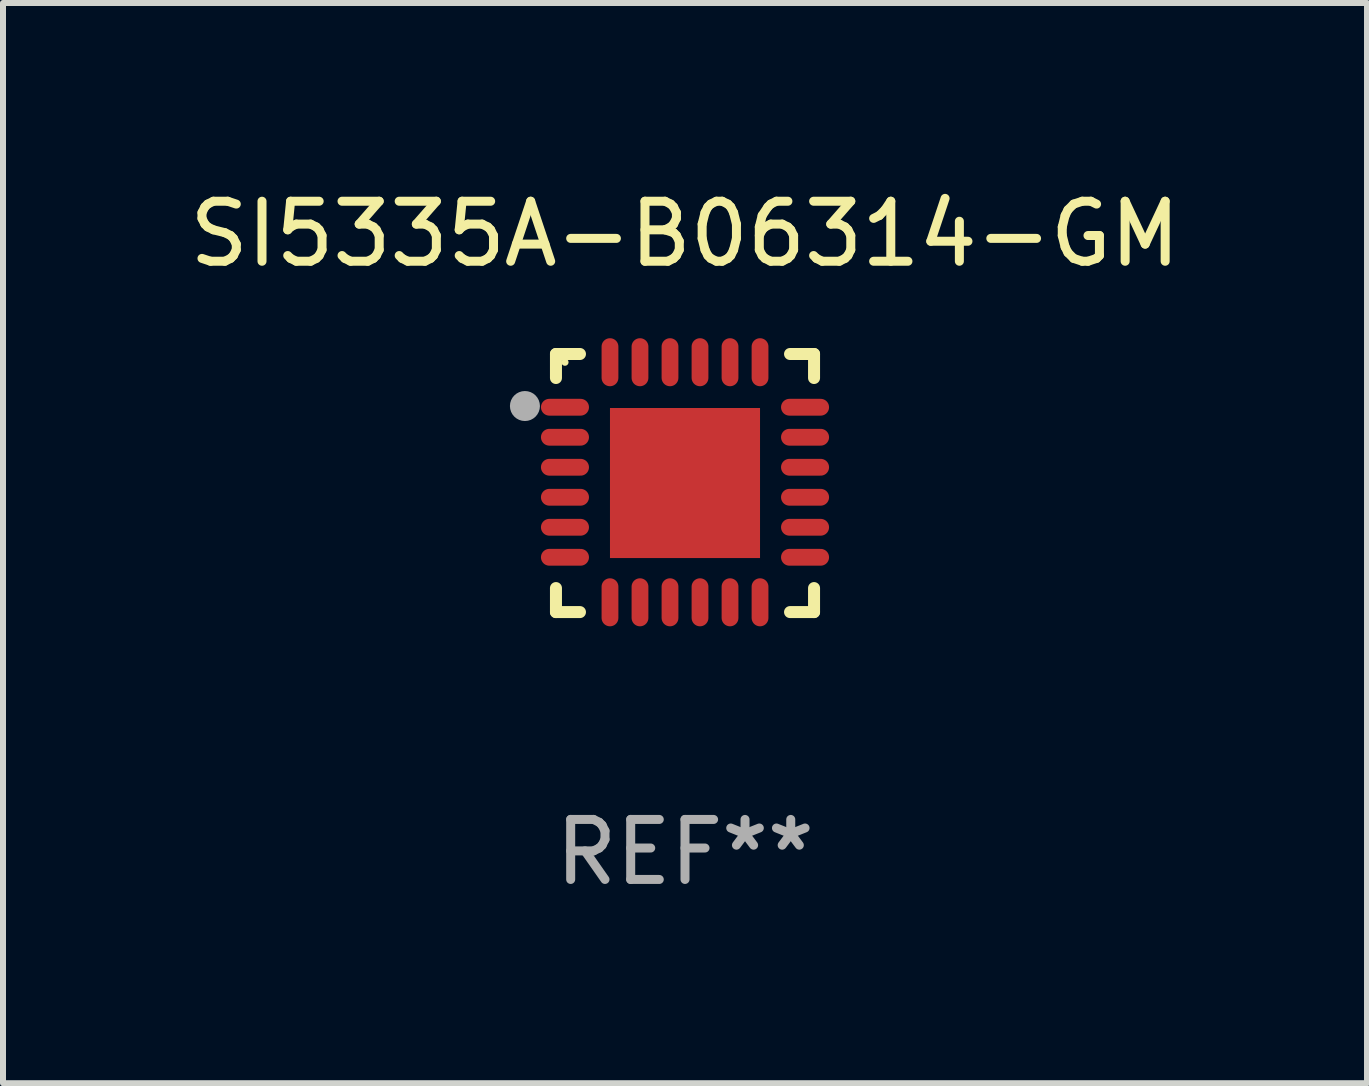
<source format=kicad_pcb>
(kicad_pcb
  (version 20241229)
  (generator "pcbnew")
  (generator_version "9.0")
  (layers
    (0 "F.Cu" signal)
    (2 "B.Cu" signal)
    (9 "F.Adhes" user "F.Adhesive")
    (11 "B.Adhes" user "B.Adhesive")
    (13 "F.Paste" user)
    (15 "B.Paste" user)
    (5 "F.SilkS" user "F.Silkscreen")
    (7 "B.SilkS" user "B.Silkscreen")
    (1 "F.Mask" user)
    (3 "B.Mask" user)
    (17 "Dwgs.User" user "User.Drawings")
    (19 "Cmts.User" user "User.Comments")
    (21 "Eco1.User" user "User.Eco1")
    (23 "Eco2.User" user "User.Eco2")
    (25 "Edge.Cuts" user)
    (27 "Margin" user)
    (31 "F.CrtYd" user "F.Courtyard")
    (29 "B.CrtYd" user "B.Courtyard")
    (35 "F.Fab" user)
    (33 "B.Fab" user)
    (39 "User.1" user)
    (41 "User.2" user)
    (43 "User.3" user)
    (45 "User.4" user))
  (footprint "SI5335A-B06314-GM"
    (layer "F.Cu")
    (at 8.363 4.998)
    (property "Reference" "SI5335A-B06314-GM" (at 0 -4.15 0) (layer "F.SilkS") (effects (font (size 1 1) (thickness 0.15))))
    (attr through_hole)
    (fp_line (start -2.15 -2.15) (end -1.75 -2.15) (stroke (width 0.2) (type solid)) (layer "F.SilkS"))
    (fp_line (start -2.15 -1.75) (end -2.15 -2.15) (stroke (width 0.2) (type solid)) (layer "F.SilkS"))
    (fp_line (start -2.15 2.15) (end -2.15 1.75) (stroke (width 0.2) (type solid)) (layer "F.SilkS"))
    (fp_line (start -1.75 2.15) (end -2.15 2.15) (stroke (width 0.2) (type solid)) (layer "F.SilkS"))
    (fp_line (start 1.75 -2.15) (end 2.15 -2.15) (stroke (width 0.2) (type solid)) (layer "F.SilkS"))
    (fp_line (start 1.75 2.15) (end 2.15 2.15) (stroke (width 0.2) (type solid)) (layer "F.SilkS"))
    (fp_line (start 2.15 -2.15) (end 2.15 -1.75) (stroke (width 0.2) (type solid)) (layer "F.SilkS"))
    (fp_line (start 2.15 2.15) (end 2.15 1.75) (stroke (width 0.2) (type solid)) (layer "F.SilkS"))
    (fp_circle (center -2 -2.013) (end -1.97 -2.013) (stroke (width 0.06) (type solid)) (fill no) (layer "F.SilkS"))
    (fp_circle (center -2.667 -1.283) (end -2.542 -1.283) (stroke (width 0.25) (type solid)) (fill no) (layer "F.Fab"))
    (fp_text user "REF**" (at 0 6.15 0) (layer "F.Fab") (effects (font (size 1 1) (thickness 0.15))))
    (pad "1" smd oval (at -2 -1.263) (size 0.8 0.28) (layers "F.Cu" "F.Mask" "F.Paste"))
    (pad "2" smd oval (at -2 -0.763) (size 0.8 0.28) (layers "F.Cu" "F.Mask" "F.Paste"))
    (pad "3" smd oval (at -2 -0.263) (size 0.8 0.28) (layers "F.Cu" "F.Mask" "F.Paste"))
    (pad "4" smd oval (at -2 0.237) (size 0.8 0.28) (layers "F.Cu" "F.Mask" "F.Paste"))
    (pad "5" smd oval (at -2 0.737) (size 0.8 0.28) (layers "F.Cu" "F.Mask" "F.Paste"))
    (pad "6" smd oval (at -2 1.237) (size 0.8 0.28) (layers "F.Cu" "F.Mask" "F.Paste"))
    (pad "7" smd oval (at -1.25 1.987) (size 0.28 0.8) (layers "F.Cu" "F.Mask" "F.Paste"))
    (pad "8" smd oval (at -0.75 1.987) (size 0.28 0.8) (layers "F.Cu" "F.Mask" "F.Paste"))
    (pad "9" smd oval (at -0.25 1.987) (size 0.28 0.8) (layers "F.Cu" "F.Mask" "F.Paste"))
    (pad "10" smd oval (at 0.25 1.987) (size 0.28 0.8) (layers "F.Cu" "F.Mask" "F.Paste"))
    (pad "11" smd oval (at 0.75 1.987) (size 0.28 0.8) (layers "F.Cu" "F.Mask" "F.Paste"))
    (pad "12" smd oval (at 1.25 1.987) (size 0.28 0.8) (layers "F.Cu" "F.Mask" "F.Paste"))
    (pad "13" smd oval (at 2 1.237) (size 0.8 0.28) (layers "F.Cu" "F.Mask" "F.Paste"))
    (pad "14" smd oval (at 2 0.737) (size 0.8 0.28) (layers "F.Cu" "F.Mask" "F.Paste"))
    (pad "15" smd oval (at 2 0.237) (size 0.8 0.28) (layers "F.Cu" "F.Mask" "F.Paste"))
    (pad "16" smd oval (at 2 -0.263) (size 0.8 0.28) (layers "F.Cu" "F.Mask" "F.Paste"))
    (pad "17" smd oval (at 2 -0.763) (size 0.8 0.28) (layers "F.Cu" "F.Mask" "F.Paste"))
    (pad "18" smd oval (at 2 -1.263) (size 0.8 0.28) (layers "F.Cu" "F.Mask" "F.Paste"))
    (pad "19" smd oval (at 1.25 -2.013) (size 0.28 0.8) (layers "F.Cu" "F.Mask" "F.Paste"))
    (pad "20" smd oval (at 0.75 -2.013) (size 0.28 0.8) (layers "F.Cu" "F.Mask" "F.Paste"))
    (pad "21" smd oval (at 0.25 -2.013) (size 0.28 0.8) (layers "F.Cu" "F.Mask" "F.Paste"))
    (pad "22" smd oval (at -0.25 -2.013) (size 0.28 0.8) (layers "F.Cu" "F.Mask" "F.Paste"))
    (pad "23" smd oval (at -0.75 -2.013) (size 0.28 0.8) (layers "F.Cu" "F.Mask" "F.Paste"))
    (pad "24" smd oval (at -1.25 -2.013) (size 0.28 0.8) (layers "F.Cu" "F.Mask" "F.Paste"))
    (pad "25" smd rect (at -0.000127 -0.00014) (size 2.5 2.5) (layers "F.Cu" "F.Mask" "F.Paste")))
  (gr_rect
    (start -3 -3)
    (end 19.726 14.997)
    (stroke (width 0.1) (type default))
    (fill no)
    (layer "Edge.Cuts")))
</source>
